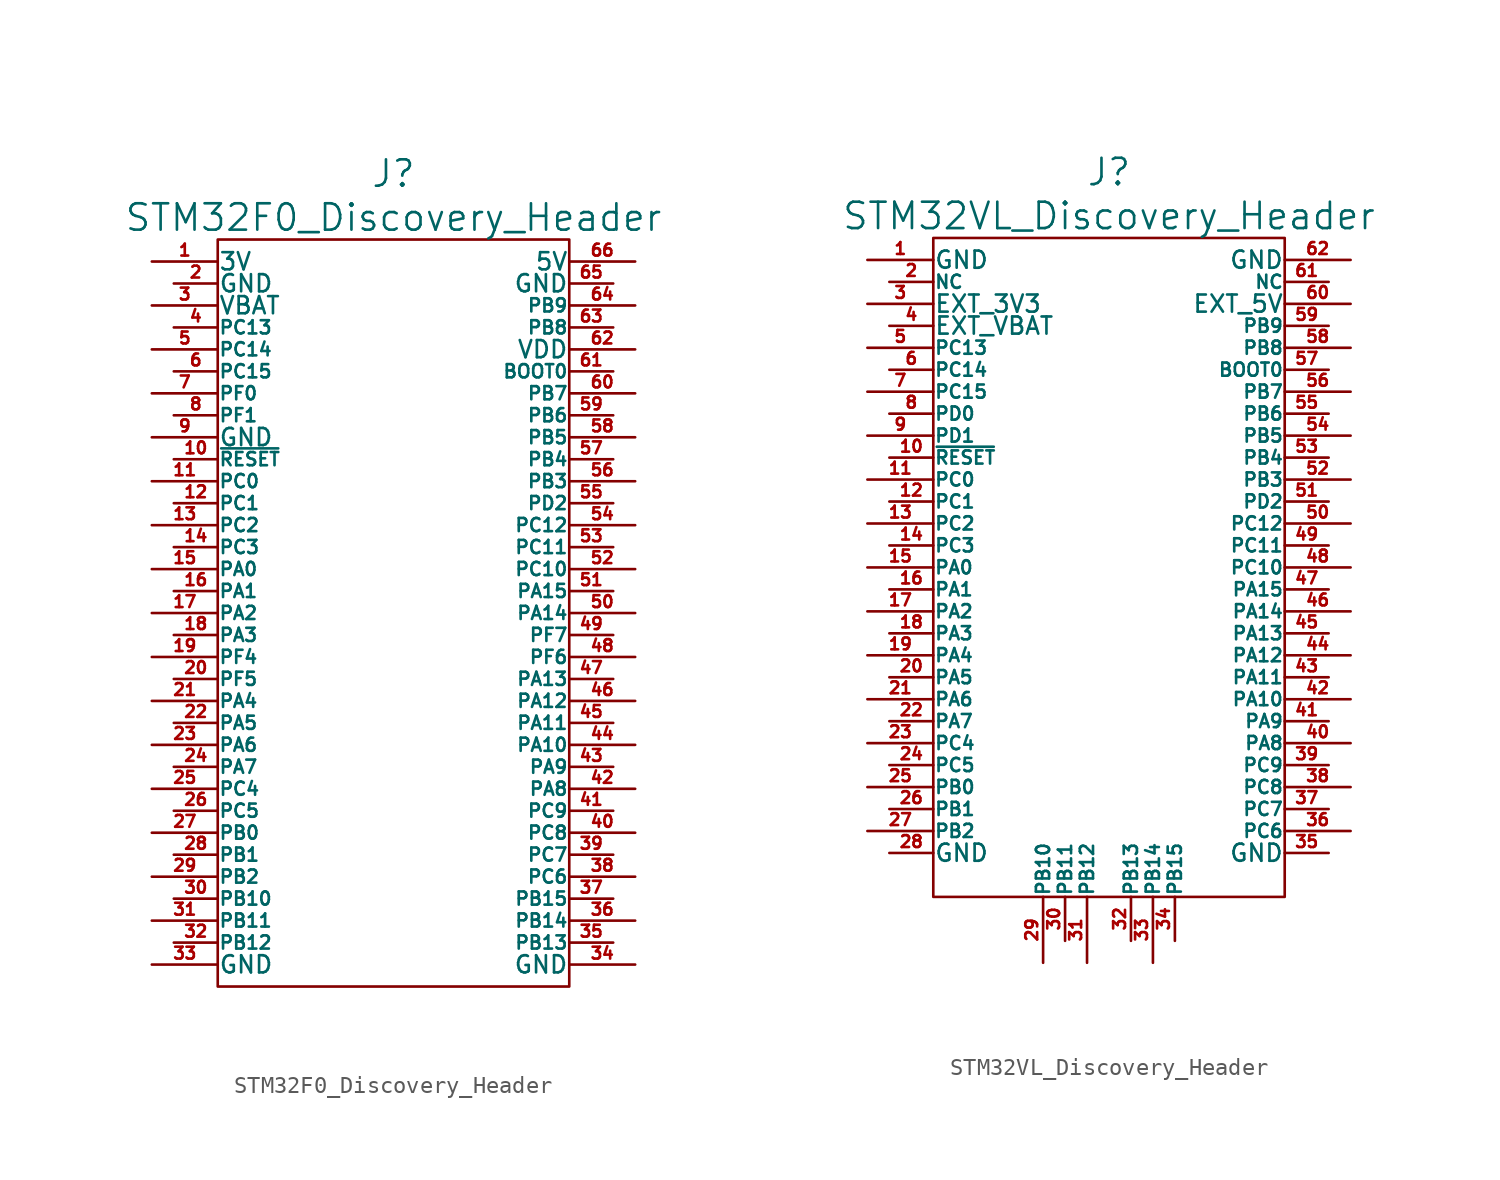
<source format=kicad_sym>
(kicad_symbol_lib
  (version 20201005)
  (generator kicad_symbol_editor)
  (symbol "STM32F0_Discovery_Header"
    (pin_names
      (offset 0.025))
    (property "Reference" "J"
      (at 0 25.4 0)
      (effects (font (size 1.524 1.524))))
    (property "Value" "STM32F0_Discovery_Header"
      (at 0 22.86 0)
      (effects (font (size 1.524 1.524))))
    (property "Footprint" ""
      (at 0 -2.54 0)
      (effects (font (size 1.524 1.524))))
    (property "Datasheet" ""
      (at 0 -2.54 0)
      (effects (font (size 1.524 1.524))))
    (symbol "STM32F0_Discovery_Header_0_1"
      (rectangle (start -10.16 21.59) (end 10.16 -21.59) (stroke (width 0)) (fill (type none))))
    (symbol "STM32F0_Discovery_Header_1_1"
      (pin passive line (at -13.97 20.32 0) (length 3.81) (name "3V" (effects (font (size 0.991 0.991)))) (number "1" (effects (font (size 0.686 0.686)))))
      (pin passive line (at -12.7 8.89 0) (length 2.54) (name "~RESET" (effects (font (size 0.762 0.762)))) (number "10" (effects (font (size 0.686 0.686)))))
      (pin passive line (at -13.97 7.62 0) (length 3.81) (name "PC0" (effects (font (size 0.762 0.762)))) (number "11" (effects (font (size 0.686 0.686)))))
      (pin passive line (at -12.7 6.35 0) (length 2.54) (name "PC1" (effects (font (size 0.762 0.762)))) (number "12" (effects (font (size 0.686 0.686)))))
      (pin passive line (at -13.97 5.08 0) (length 3.81) (name "PC2" (effects (font (size 0.762 0.762)))) (number "13" (effects (font (size 0.686 0.686)))))
      (pin passive line (at -12.7 3.81 0) (length 2.54) (name "PC3" (effects (font (size 0.762 0.762)))) (number "14" (effects (font (size 0.686 0.686)))))
      (pin passive line (at -13.97 2.54 0) (length 3.81) (name "PA0" (effects (font (size 0.762 0.762)))) (number "15" (effects (font (size 0.686 0.686)))))
      (pin passive line (at -12.7 1.27 0) (length 2.54) (name "PA1" (effects (font (size 0.762 0.762)))) (number "16" (effects (font (size 0.686 0.686)))))
      (pin passive line (at -13.97 0 0) (length 3.81) (name "PA2" (effects (font (size 0.762 0.762)))) (number "17" (effects (font (size 0.686 0.686)))))
      (pin passive line (at -12.7 -1.27 0) (length 2.54) (name "PA3" (effects (font (size 0.762 0.762)))) (number "18" (effects (font (size 0.686 0.686)))))
      (pin passive line (at -13.97 -2.54 0) (length 3.81) (name "PF4" (effects (font (size 0.762 0.762)))) (number "19" (effects (font (size 0.686 0.686)))))
      (pin passive line (at -12.7 19.05 0) (length 2.54) (name "GND" (effects (font (size 0.991 0.991)))) (number "2" (effects (font (size 0.686 0.686)))))
      (pin passive line (at -12.7 -3.81 0) (length 2.54) (name "PF5" (effects (font (size 0.762 0.762)))) (number "20" (effects (font (size 0.686 0.686)))))
      (pin passive line (at -13.97 -5.08 0) (length 3.81) (name "PA4" (effects (font (size 0.762 0.762)))) (number "21" (effects (font (size 0.686 0.686)))))
      (pin passive line (at -12.7 -6.35 0) (length 2.54) (name "PA5" (effects (font (size 0.762 0.762)))) (number "22" (effects (font (size 0.686 0.686)))))
      (pin passive line (at -13.97 -7.62 0) (length 3.81) (name "PA6" (effects (font (size 0.762 0.762)))) (number "23" (effects (font (size 0.686 0.686)))))
      (pin passive line (at -12.7 -8.89 0) (length 2.54) (name "PA7" (effects (font (size 0.762 0.762)))) (number "24" (effects (font (size 0.686 0.686)))))
      (pin passive line (at -13.97 -10.16 0) (length 3.81) (name "PC4" (effects (font (size 0.762 0.762)))) (number "25" (effects (font (size 0.686 0.686)))))
      (pin passive line (at -12.7 -11.43 0) (length 2.54) (name "PC5" (effects (font (size 0.762 0.762)))) (number "26" (effects (font (size 0.686 0.686)))))
      (pin passive line (at -13.97 -12.7 0) (length 3.81) (name "PB0" (effects (font (size 0.762 0.762)))) (number "27" (effects (font (size 0.686 0.686)))))
      (pin passive line (at -12.7 -13.97 0) (length 2.54) (name "PB1" (effects (font (size 0.762 0.762)))) (number "28" (effects (font (size 0.686 0.686)))))
      (pin passive line (at -13.97 -15.24 0) (length 3.81) (name "PB2" (effects (font (size 0.762 0.762)))) (number "29" (effects (font (size 0.686 0.686)))))
      (pin passive line (at -13.97 17.78 0) (length 3.81) (name "VBAT" (effects (font (size 0.991 0.991)))) (number "3" (effects (font (size 0.686 0.686)))))
      (pin passive line (at -12.7 -16.51 0) (length 2.54) (name "PB10" (effects (font (size 0.762 0.762)))) (number "30" (effects (font (size 0.686 0.686)))))
      (pin passive line (at -13.97 -17.78 0) (length 3.81) (name "PB11" (effects (font (size 0.762 0.762)))) (number "31" (effects (font (size 0.686 0.686)))))
      (pin passive line (at -12.7 -19.05 0) (length 2.54) (name "PB12" (effects (font (size 0.762 0.762)))) (number "32" (effects (font (size 0.686 0.686)))))
      (pin passive line (at -13.97 -20.32 0) (length 3.81) (name "GND" (effects (font (size 0.991 0.991)))) (number "33" (effects (font (size 0.686 0.686)))))
      (pin passive line (at 13.97 -20.32 180) (length 3.81) (name "GND" (effects (font (size 0.991 0.991)))) (number "34" (effects (font (size 0.686 0.686)))))
      (pin passive line (at 12.7 -19.05 180) (length 2.54) (name "PB13" (effects (font (size 0.762 0.762)))) (number "35" (effects (font (size 0.686 0.686)))))
      (pin passive line (at 13.97 -17.78 180) (length 3.81) (name "PB14" (effects (font (size 0.762 0.762)))) (number "36" (effects (font (size 0.686 0.686)))))
      (pin passive line (at 12.7 -16.51 180) (length 2.54) (name "PB15" (effects (font (size 0.762 0.762)))) (number "37" (effects (font (size 0.686 0.686)))))
      (pin passive line (at 13.97 -15.24 180) (length 3.81) (name "PC6" (effects (font (size 0.762 0.762)))) (number "38" (effects (font (size 0.686 0.686)))))
      (pin passive line (at 12.7 -13.97 180) (length 2.54) (name "PC7" (effects (font (size 0.762 0.762)))) (number "39" (effects (font (size 0.686 0.686)))))
      (pin passive line (at -12.7 16.51 0) (length 2.54) (name "PC13" (effects (font (size 0.762 0.762)))) (number "4" (effects (font (size 0.686 0.686)))))
      (pin passive line (at 13.97 -12.7 180) (length 3.81) (name "PC8" (effects (font (size 0.762 0.762)))) (number "40" (effects (font (size 0.686 0.686)))))
      (pin passive line (at 12.7 -11.43 180) (length 2.54) (name "PC9" (effects (font (size 0.762 0.762)))) (number "41" (effects (font (size 0.686 0.686)))))
      (pin passive line (at 13.97 -10.16 180) (length 3.81) (name "PA8" (effects (font (size 0.762 0.762)))) (number "42" (effects (font (size 0.686 0.686)))))
      (pin passive line (at 12.7 -8.89 180) (length 2.54) (name "PA9" (effects (font (size 0.762 0.762)))) (number "43" (effects (font (size 0.686 0.686)))))
      (pin passive line (at 13.97 -7.62 180) (length 3.81) (name "PA10" (effects (font (size 0.762 0.762)))) (number "44" (effects (font (size 0.686 0.686)))))
      (pin passive line (at 12.7 -6.35 180) (length 2.54) (name "PA11" (effects (font (size 0.762 0.762)))) (number "45" (effects (font (size 0.686 0.686)))))
      (pin passive line (at 13.97 -5.08 180) (length 3.81) (name "PA12" (effects (font (size 0.762 0.762)))) (number "46" (effects (font (size 0.686 0.686)))))
      (pin passive line (at 12.7 -3.81 180) (length 2.54) (name "PA13" (effects (font (size 0.762 0.762)))) (number "47" (effects (font (size 0.686 0.686)))))
      (pin passive line (at 13.97 -2.54 180) (length 3.81) (name "PF6" (effects (font (size 0.762 0.762)))) (number "48" (effects (font (size 0.686 0.686)))))
      (pin passive line (at 12.7 -1.27 180) (length 2.54) (name "PF7" (effects (font (size 0.762 0.762)))) (number "49" (effects (font (size 0.686 0.686)))))
      (pin passive line (at -13.97 15.24 0) (length 3.81) (name "PC14" (effects (font (size 0.762 0.762)))) (number "5" (effects (font (size 0.686 0.686)))))
      (pin passive line (at 13.97 0 180) (length 3.81) (name "PA14" (effects (font (size 0.762 0.762)))) (number "50" (effects (font (size 0.686 0.686)))))
      (pin passive line (at 12.7 1.27 180) (length 2.54) (name "PA15" (effects (font (size 0.762 0.762)))) (number "51" (effects (font (size 0.686 0.686)))))
      (pin passive line (at 13.97 2.54 180) (length 3.81) (name "PC10" (effects (font (size 0.762 0.762)))) (number "52" (effects (font (size 0.686 0.686)))))
      (pin passive line (at 12.7 3.81 180) (length 2.54) (name "PC11" (effects (font (size 0.762 0.762)))) (number "53" (effects (font (size 0.686 0.686)))))
      (pin passive line (at 13.97 5.08 180) (length 3.81) (name "PC12" (effects (font (size 0.762 0.762)))) (number "54" (effects (font (size 0.686 0.686)))))
      (pin passive line (at 12.7 6.35 180) (length 2.54) (name "PD2" (effects (font (size 0.762 0.762)))) (number "55" (effects (font (size 0.686 0.686)))))
      (pin passive line (at 13.97 7.62 180) (length 3.81) (name "PB3" (effects (font (size 0.762 0.762)))) (number "56" (effects (font (size 0.686 0.686)))))
      (pin passive line (at 12.7 8.89 180) (length 2.54) (name "PB4" (effects (font (size 0.762 0.762)))) (number "57" (effects (font (size 0.686 0.686)))))
      (pin passive line (at 13.97 10.16 180) (length 3.81) (name "PB5" (effects (font (size 0.762 0.762)))) (number "58" (effects (font (size 0.686 0.686)))))
      (pin passive line (at 12.7 11.43 180) (length 2.54) (name "PB6" (effects (font (size 0.762 0.762)))) (number "59" (effects (font (size 0.686 0.686)))))
      (pin passive line (at -12.7 13.97 0) (length 2.54) (name "PC15" (effects (font (size 0.762 0.762)))) (number "6" (effects (font (size 0.686 0.686)))))
      (pin passive line (at 13.97 12.7 180) (length 3.81) (name "PB7" (effects (font (size 0.762 0.762)))) (number "60" (effects (font (size 0.686 0.686)))))
      (pin passive line (at 12.7 13.97 180) (length 2.54) (name "BOOT0" (effects (font (size 0.762 0.762)))) (number "61" (effects (font (size 0.686 0.686)))))
      (pin passive line (at 13.97 15.24 180) (length 3.81) (name "VDD" (effects (font (size 0.991 0.991)))) (number "62" (effects (font (size 0.686 0.686)))))
      (pin passive line (at 12.7 16.51 180) (length 2.54) (name "PB8" (effects (font (size 0.762 0.762)))) (number "63" (effects (font (size 0.686 0.686)))))
      (pin passive line (at 13.97 17.78 180) (length 3.81) (name "PB9" (effects (font (size 0.762 0.762)))) (number "64" (effects (font (size 0.686 0.686)))))
      (pin passive line (at 12.7 19.05 180) (length 2.54) (name "GND" (effects (font (size 0.991 0.991)))) (number "65" (effects (font (size 0.686 0.686)))))
      (pin passive line (at 13.97 20.32 180) (length 3.81) (name "5V" (effects (font (size 0.991 0.991)))) (number "66" (effects (font (size 0.686 0.686)))))
      (pin passive line (at -13.97 12.7 0) (length 3.81) (name "PF0" (effects (font (size 0.762 0.762)))) (number "7" (effects (font (size 0.686 0.686)))))
      (pin passive line (at -12.7 11.43 0) (length 2.54) (name "PF1" (effects (font (size 0.762 0.762)))) (number "8" (effects (font (size 0.686 0.686)))))
      (pin passive line (at -13.97 10.16 0) (length 3.81) (name "GND" (effects (font (size 0.991 0.991)))) (number "9" (effects (font (size 0.686 0.686)))))))
  (symbol "STM32VL_Discovery_Header"
    (pin_names
      (offset 0.025))
    (property "Reference" "J"
      (at 0 22.86 0)
      (effects (font (size 1.524 1.524))))
    (property "Value" "STM32VL_Discovery_Header"
      (at 0 20.32 0)
      (effects (font (size 1.524 1.524))))
    (property "Footprint" ""
      (at 0 -2.54 0)
      (effects (font (size 1.524 1.524))))
    (property "Datasheet" ""
      (at 0 -2.54 0)
      (effects (font (size 1.524 1.524))))
    (symbol "STM32VL_Discovery_Header_0_1"
      (rectangle (start -10.16 19.05) (end 10.16 -19.05) (stroke (width 0)) (fill (type none))))
    (symbol "STM32VL_Discovery_Header_1_1"
      (pin passive line (at -13.97 17.78 0) (length 3.81) (name "GND" (effects (font (size 0.991 0.991)))) (number "1" (effects (font (size 0.686 0.686)))))
      (pin passive line (at -12.7 6.35 0) (length 2.54) (name "~RESET" (effects (font (size 0.762 0.762)))) (number "10" (effects (font (size 0.686 0.686)))))
      (pin passive line (at -13.97 5.08 0) (length 3.81) (name "PC0" (effects (font (size 0.762 0.762)))) (number "11" (effects (font (size 0.686 0.686)))))
      (pin passive line (at -12.7 3.81 0) (length 2.54) (name "PC1" (effects (font (size 0.762 0.762)))) (number "12" (effects (font (size 0.686 0.686)))))
      (pin passive line (at -13.97 2.54 0) (length 3.81) (name "PC2" (effects (font (size 0.762 0.762)))) (number "13" (effects (font (size 0.686 0.686)))))
      (pin passive line (at -12.7 1.27 0) (length 2.54) (name "PC3" (effects (font (size 0.762 0.762)))) (number "14" (effects (font (size 0.686 0.686)))))
      (pin passive line (at -13.97 0 0) (length 3.81) (name "PA0" (effects (font (size 0.762 0.762)))) (number "15" (effects (font (size 0.686 0.686)))))
      (pin passive line (at -12.7 -1.27 0) (length 2.54) (name "PA1" (effects (font (size 0.762 0.762)))) (number "16" (effects (font (size 0.686 0.686)))))
      (pin passive line (at -13.97 -2.54 0) (length 3.81) (name "PA2" (effects (font (size 0.762 0.762)))) (number "17" (effects (font (size 0.686 0.686)))))
      (pin passive line (at -12.7 -3.81 0) (length 2.54) (name "PA3" (effects (font (size 0.762 0.762)))) (number "18" (effects (font (size 0.686 0.686)))))
      (pin passive line (at -13.97 -5.08 0) (length 3.81) (name "PA4" (effects (font (size 0.762 0.762)))) (number "19" (effects (font (size 0.686 0.686)))))
      (pin passive line (at -12.7 16.51 0) (length 2.54) (name "NC" (effects (font (size 0.762 0.762)))) (number "2" (effects (font (size 0.686 0.686)))))
      (pin passive line (at -12.7 -6.35 0) (length 2.54) (name "PA5" (effects (font (size 0.762 0.762)))) (number "20" (effects (font (size 0.686 0.686)))))
      (pin passive line (at -13.97 -7.62 0) (length 3.81) (name "PA6" (effects (font (size 0.762 0.762)))) (number "21" (effects (font (size 0.686 0.686)))))
      (pin passive line (at -12.7 -8.89 0) (length 2.54) (name "PA7" (effects (font (size 0.762 0.762)))) (number "22" (effects (font (size 0.686 0.686)))))
      (pin passive line (at -13.97 -10.16 0) (length 3.81) (name "PC4" (effects (font (size 0.762 0.762)))) (number "23" (effects (font (size 0.686 0.686)))))
      (pin passive line (at -12.7 -11.43 0) (length 2.54) (name "PC5" (effects (font (size 0.762 0.762)))) (number "24" (effects (font (size 0.686 0.686)))))
      (pin passive line (at -13.97 -12.7 0) (length 3.81) (name "PB0" (effects (font (size 0.762 0.762)))) (number "25" (effects (font (size 0.686 0.686)))))
      (pin passive line (at -12.7 -13.97 0) (length 2.54) (name "PB1" (effects (font (size 0.762 0.762)))) (number "26" (effects (font (size 0.686 0.686)))))
      (pin passive line (at -13.97 -15.24 0) (length 3.81) (name "PB2" (effects (font (size 0.762 0.762)))) (number "27" (effects (font (size 0.686 0.686)))))
      (pin passive line (at -12.7 -16.51 0) (length 2.54) (name "GND" (effects (font (size 0.991 0.991)))) (number "28" (effects (font (size 0.686 0.686)))))
      (pin passive line (at -3.81 -22.86 90) (length 3.81) (name "PB10" (effects (font (size 0.762 0.762)))) (number "29" (effects (font (size 0.686 0.686)))))
      (pin passive line (at -13.97 15.24 0) (length 3.81) (name "EXT_3V3" (effects (font (size 0.991 0.991)))) (number "3" (effects (font (size 0.686 0.686)))))
      (pin passive line (at -2.54 -21.59 90) (length 2.54) (name "PB11" (effects (font (size 0.762 0.762)))) (number "30" (effects (font (size 0.686 0.686)))))
      (pin passive line (at -1.27 -22.86 90) (length 3.81) (name "PB12" (effects (font (size 0.762 0.762)))) (number "31" (effects (font (size 0.686 0.686)))))
      (pin passive line (at 1.27 -21.59 90) (length 2.54) (name "PB13" (effects (font (size 0.762 0.762)))) (number "32" (effects (font (size 0.686 0.686)))))
      (pin passive line (at 2.54 -22.86 90) (length 3.81) (name "PB14" (effects (font (size 0.762 0.762)))) (number "33" (effects (font (size 0.686 0.686)))))
      (pin passive line (at 3.81 -21.59 90) (length 2.54) (name "PB15" (effects (font (size 0.762 0.762)))) (number "34" (effects (font (size 0.686 0.686)))))
      (pin passive line (at 12.7 -16.51 180) (length 2.54) (name "GND" (effects (font (size 0.991 0.991)))) (number "35" (effects (font (size 0.686 0.686)))))
      (pin passive line (at 13.97 -15.24 180) (length 3.81) (name "PC6" (effects (font (size 0.762 0.762)))) (number "36" (effects (font (size 0.686 0.686)))))
      (pin passive line (at 12.7 -13.97 180) (length 2.54) (name "PC7" (effects (font (size 0.762 0.762)))) (number "37" (effects (font (size 0.686 0.686)))))
      (pin passive line (at 13.97 -12.7 180) (length 3.81) (name "PC8" (effects (font (size 0.762 0.762)))) (number "38" (effects (font (size 0.686 0.686)))))
      (pin passive line (at 12.7 -11.43 180) (length 2.54) (name "PC9" (effects (font (size 0.762 0.762)))) (number "39" (effects (font (size 0.686 0.686)))))
      (pin passive line (at -12.7 13.97 0) (length 2.54) (name "EXT_VBAT" (effects (font (size 0.991 0.991)))) (number "4" (effects (font (size 0.686 0.686)))))
      (pin passive line (at 13.97 -10.16 180) (length 3.81) (name "PA8" (effects (font (size 0.762 0.762)))) (number "40" (effects (font (size 0.686 0.686)))))
      (pin passive line (at 12.7 -8.89 180) (length 2.54) (name "PA9" (effects (font (size 0.762 0.762)))) (number "41" (effects (font (size 0.686 0.686)))))
      (pin passive line (at 13.97 -7.62 180) (length 3.81) (name "PA10" (effects (font (size 0.762 0.762)))) (number "42" (effects (font (size 0.686 0.686)))))
      (pin passive line (at 12.7 -6.35 180) (length 2.54) (name "PA11" (effects (font (size 0.762 0.762)))) (number "43" (effects (font (size 0.686 0.686)))))
      (pin passive line (at 13.97 -5.08 180) (length 3.81) (name "PA12" (effects (font (size 0.762 0.762)))) (number "44" (effects (font (size 0.686 0.686)))))
      (pin passive line (at 12.7 -3.81 180) (length 2.54) (name "PA13" (effects (font (size 0.762 0.762)))) (number "45" (effects (font (size 0.686 0.686)))))
      (pin passive line (at 13.97 -2.54 180) (length 3.81) (name "PA14" (effects (font (size 0.762 0.762)))) (number "46" (effects (font (size 0.686 0.686)))))
      (pin passive line (at 12.7 -1.27 180) (length 2.54) (name "PA15" (effects (font (size 0.762 0.762)))) (number "47" (effects (font (size 0.686 0.686)))))
      (pin passive line (at 13.97 0 180) (length 3.81) (name "PC10" (effects (font (size 0.762 0.762)))) (number "48" (effects (font (size 0.686 0.686)))))
      (pin passive line (at 12.7 1.27 180) (length 2.54) (name "PC11" (effects (font (size 0.762 0.762)))) (number "49" (effects (font (size 0.686 0.686)))))
      (pin passive line (at -13.97 12.7 0) (length 3.81) (name "PC13" (effects (font (size 0.762 0.762)))) (number "5" (effects (font (size 0.686 0.686)))))
      (pin passive line (at 13.97 2.54 180) (length 3.81) (name "PC12" (effects (font (size 0.762 0.762)))) (number "50" (effects (font (size 0.686 0.686)))))
      (pin passive line (at 12.7 3.81 180) (length 2.54) (name "PD2" (effects (font (size 0.762 0.762)))) (number "51" (effects (font (size 0.686 0.686)))))
      (pin passive line (at 13.97 5.08 180) (length 3.81) (name "PB3" (effects (font (size 0.762 0.762)))) (number "52" (effects (font (size 0.686 0.686)))))
      (pin passive line (at 12.7 6.35 180) (length 2.54) (name "PB4" (effects (font (size 0.762 0.762)))) (number "53" (effects (font (size 0.686 0.686)))))
      (pin passive line (at 13.97 7.62 180) (length 3.81) (name "PB5" (effects (font (size 0.762 0.762)))) (number "54" (effects (font (size 0.686 0.686)))))
      (pin passive line (at 12.7 8.89 180) (length 2.54) (name "PB6" (effects (font (size 0.762 0.762)))) (number "55" (effects (font (size 0.686 0.686)))))
      (pin passive line (at 13.97 10.16 180) (length 3.81) (name "PB7" (effects (font (size 0.762 0.762)))) (number "56" (effects (font (size 0.686 0.686)))))
      (pin passive line (at 12.7 11.43 180) (length 2.54) (name "BOOT0" (effects (font (size 0.762 0.762)))) (number "57" (effects (font (size 0.686 0.686)))))
      (pin passive line (at 13.97 12.7 180) (length 3.81) (name "PB8" (effects (font (size 0.762 0.762)))) (number "58" (effects (font (size 0.686 0.686)))))
      (pin passive line (at 12.7 13.97 180) (length 2.54) (name "PB9" (effects (font (size 0.762 0.762)))) (number "59" (effects (font (size 0.686 0.686)))))
      (pin passive line (at -12.7 11.43 0) (length 2.54) (name "PC14" (effects (font (size 0.762 0.762)))) (number "6" (effects (font (size 0.686 0.686)))))
      (pin passive line (at 13.97 15.24 180) (length 3.81) (name "EXT_5V" (effects (font (size 0.991 0.991)))) (number "60" (effects (font (size 0.686 0.686)))))
      (pin passive line (at 12.7 16.51 180) (length 2.54) (name "NC" (effects (font (size 0.762 0.762)))) (number "61" (effects (font (size 0.686 0.686)))))
      (pin passive line (at 13.97 17.78 180) (length 3.81) (name "GND" (effects (font (size 0.991 0.991)))) (number "62" (effects (font (size 0.686 0.686)))))
      (pin passive line (at -13.97 10.16 0) (length 3.81) (name "PC15" (effects (font (size 0.762 0.762)))) (number "7" (effects (font (size 0.686 0.686)))))
      (pin passive line (at -12.7 8.89 0) (length 2.54) (name "PD0" (effects (font (size 0.762 0.762)))) (number "8" (effects (font (size 0.686 0.686)))))
      (pin passive line (at -13.97 7.62 0) (length 3.81) (name "PD1" (effects (font (size 0.762 0.762)))) (number "9" (effects (font (size 0.686 0.686))))))))
</source>
